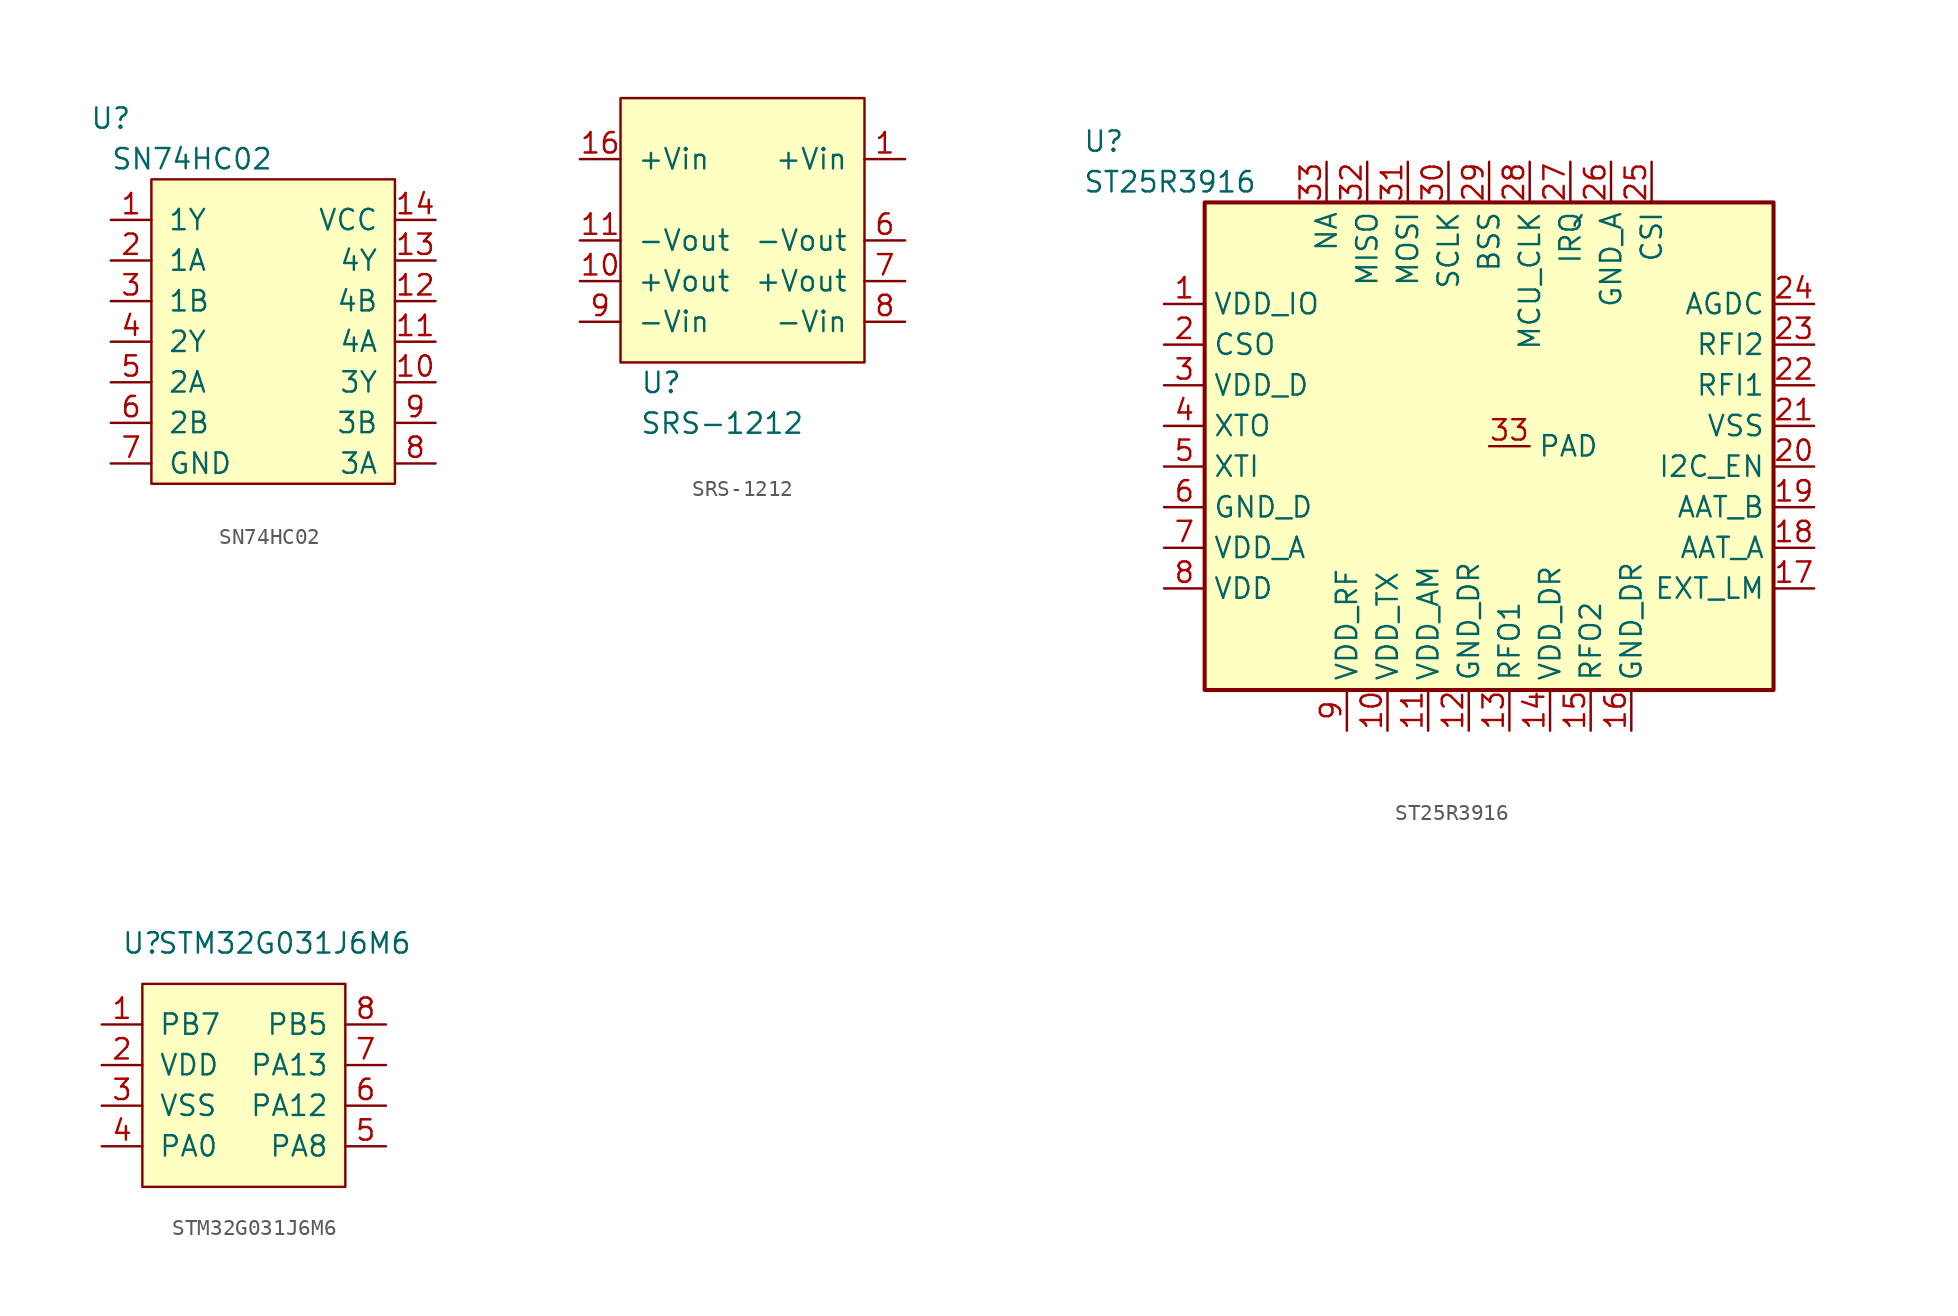
<source format=kicad_sym>
(kicad_symbol_lib
  (version 20201005)
  (generator kicad_symbol_editor)
  (symbol "mSchLibrary:SN74HC02"
    (pin_names
      (offset 1.016))
    (property "Reference" "U"
      (at -10.16 8.89 0)
      (effects (font (size 1.27 1.27))))
    (property "Value" "SN74HC02"
      (at -5.08 6.35 0)
      (effects (font (size 1.27 1.27))))
    (symbol "SN74HC02_0_0"
      (pin output line (at -10.16 2.54 0) (length 2.54) (name "1Y" (effects (font (size 1.27 1.27)))) (number "1" (effects (font (size 1.27 1.27)))))
      (pin output line (at 10.16 -7.62 180) (length 2.54) (name "3Y" (effects (font (size 1.27 1.27)))) (number "10" (effects (font (size 1.27 1.27)))))
      (pin input line (at 10.16 -5.08 180) (length 2.54) (name "4A" (effects (font (size 1.27 1.27)))) (number "11" (effects (font (size 1.27 1.27)))))
      (pin input line (at 10.16 -2.54 180) (length 2.54) (name "4B" (effects (font (size 1.27 1.27)))) (number "12" (effects (font (size 1.27 1.27)))))
      (pin output line (at 10.16 0 180) (length 2.54) (name "4Y" (effects (font (size 1.27 1.27)))) (number "13" (effects (font (size 1.27 1.27)))))
      (pin power_in line (at 10.16 2.54 180) (length 2.54) (name "VCC" (effects (font (size 1.27 1.27)))) (number "14" (effects (font (size 1.27 1.27)))))
      (pin input line (at -10.16 0 0) (length 2.54) (name "1A" (effects (font (size 1.27 1.27)))) (number "2" (effects (font (size 1.27 1.27)))))
      (pin input line (at -10.16 -2.54 0) (length 2.54) (name "1B" (effects (font (size 1.27 1.27)))) (number "3" (effects (font (size 1.27 1.27)))))
      (pin output line (at -10.16 -5.08 0) (length 2.54) (name "2Y" (effects (font (size 1.27 1.27)))) (number "4" (effects (font (size 1.27 1.27)))))
      (pin input line (at -10.16 -7.62 0) (length 2.54) (name "2A" (effects (font (size 1.27 1.27)))) (number "5" (effects (font (size 1.27 1.27)))))
      (pin input line (at -10.16 -10.16 0) (length 2.54) (name "2B" (effects (font (size 1.27 1.27)))) (number "6" (effects (font (size 1.27 1.27)))))
      (pin power_in line (at -10.16 -12.7 0) (length 2.54) (name "GND" (effects (font (size 1.27 1.27)))) (number "7" (effects (font (size 1.27 1.27)))))
      (pin input line (at 10.16 -12.7 180) (length 2.54) (name "3A" (effects (font (size 1.27 1.27)))) (number "8" (effects (font (size 1.27 1.27)))))
      (pin input line (at 10.16 -10.16 180) (length 2.54) (name "3B" (effects (font (size 1.27 1.27)))) (number "9" (effects (font (size 1.27 1.27))))))
    (symbol "SN74HC02_0_1"
      (rectangle (start -7.62 5.08) (end 7.62 -13.97) (stroke (width 0)) (fill (type background)))))
  (symbol "mSchLibrary:SRS-1212"
    (pin_names
      (offset 1.016))
    (property "Reference" "U"
      (at -5.08 -10.16 0)
      (effects (font (size 1.27 1.27))))
    (property "Value" "SRS-1212"
      (at -1.27 -12.7 0)
      (effects (font (size 1.27 1.27))))
    (symbol "SRS-1212_0_0"
      (pin power_in line (at 10.16 3.81 180) (length 2.54) (name "+Vin" (effects (font (size 1.27 1.27)))) (number "1" (effects (font (size 1.27 1.27)))))
      (pin power_out line (at -10.16 -3.81 0) (length 2.54) (name "+Vout" (effects (font (size 1.27 1.27)))) (number "10" (effects (font (size 1.27 1.27)))))
      (pin power_out line (at -10.16 -1.27 0) (length 2.54) (name "-Vout" (effects (font (size 1.27 1.27)))) (number "11" (effects (font (size 1.27 1.27)))))
      (pin power_in line (at -10.16 3.81 0) (length 2.54) (name "+Vin" (effects (font (size 1.27 1.27)))) (number "16" (effects (font (size 1.27 1.27)))))
      (pin power_out line (at 10.16 -1.27 180) (length 2.54) (name "-Vout" (effects (font (size 1.27 1.27)))) (number "6" (effects (font (size 1.27 1.27)))))
      (pin power_in line (at 10.16 -3.81 180) (length 2.54) (name "+Vout" (effects (font (size 1.27 1.27)))) (number "7" (effects (font (size 1.27 1.27)))))
      (pin power_in line (at 10.16 -6.35 180) (length 2.54) (name "-Vin" (effects (font (size 1.27 1.27)))) (number "8" (effects (font (size 1.27 1.27)))))
      (pin power_in line (at -10.16 -6.35 0) (length 2.54) (name "-Vin" (effects (font (size 1.27 1.27)))) (number "9" (effects (font (size 1.27 1.27))))))
    (symbol "SRS-1212_0_1"
      (rectangle (start -7.62 7.62) (end 7.62 -8.89) (stroke (width 0)) (fill (type background)))))
  (symbol "mSchLibrary:ST25R3916"
    (property "Reference" "U"
      (at -25.4 19.05 0)
      (effects (font (size 1.27 1.27)) (justify left)))
    (property "Value" "ST25R3916"
      (at -25.4 16.51 0)
      (effects (font (size 1.27 1.27)) (justify left)))
    (symbol "ST25R3916_0_0"
      (pin power_in line (at -6.35 -17.78 90) (length 2.54) (name "VDD_TX" (effects (font (size 1.27 1.27)))) (number "10" (effects (font (size 1.27 1.27)))))
      (pin power_out line (at -3.81 -17.78 90) (length 2.54) (name "VDD_AM" (effects (font (size 1.27 1.27)))) (number "11" (effects (font (size 1.27 1.27)))))
      (pin power_in line (at -1.27 -17.78 90) (length 2.54) (name "GND_DR" (effects (font (size 1.27 1.27)))) (number "12" (effects (font (size 1.27 1.27)))))
      (pin power_out line (at 1.27 -17.78 90) (length 2.54) (name "RFO1" (effects (font (size 1.27 1.27)))) (number "13" (effects (font (size 1.27 1.27)))))
      (pin power_in line (at 3.81 -17.78 90) (length 2.54) (name "VDD_DR" (effects (font (size 1.27 1.27)))) (number "14" (effects (font (size 1.27 1.27)))))
      (pin power_out line (at 6.35 -17.78 90) (length 2.54) (name "RFO2" (effects (font (size 1.27 1.27)))) (number "15" (effects (font (size 1.27 1.27)))))
      (pin power_in line (at 8.89 -17.78 90) (length 2.54) (name "GND_DR" (effects (font (size 1.27 1.27)))) (number "16" (effects (font (size 1.27 1.27)))))
      (pin power_out line (at 20.32 -8.89 180) (length 2.54) (name "EXT_LM" (effects (font (size 1.27 1.27)))) (number "17" (effects (font (size 1.27 1.27)))))
      (pin power_out line (at 20.32 -6.35 180) (length 2.54) (name "AAT_A" (effects (font (size 1.27 1.27)))) (number "18" (effects (font (size 1.27 1.27)))))
      (pin power_out line (at 20.32 -3.81 180) (length 2.54) (name "AAT_B" (effects (font (size 1.27 1.27)))) (number "19" (effects (font (size 1.27 1.27)))))
      (pin input line (at 20.32 -1.27 180) (length 2.54) (name "I2C_EN" (effects (font (size 1.27 1.27)))) (number "20" (effects (font (size 1.27 1.27)))))
      (pin power_in line (at 20.32 1.27 180) (length 2.54) (name "VSS" (effects (font (size 1.27 1.27)))) (number "21" (effects (font (size 1.27 1.27)))))
      (pin input line (at 20.32 3.81 180) (length 2.54) (name "RFI1" (effects (font (size 1.27 1.27)))) (number "22" (effects (font (size 1.27 1.27)))))
      (pin input line (at 20.32 6.35 180) (length 2.54) (name "RFI2" (effects (font (size 1.27 1.27)))) (number "23" (effects (font (size 1.27 1.27)))))
      (pin input line (at 20.32 8.89 180) (length 2.54) (name "AGDC" (effects (font (size 1.27 1.27)))) (number "24" (effects (font (size 1.27 1.27)))))
      (pin input line (at 10.16 17.78 270) (length 2.54) (name "CSI" (effects (font (size 1.27 1.27)))) (number "25" (effects (font (size 1.27 1.27)))))
      (pin power_in line (at 7.62 17.78 270) (length 2.54) (name "GND_A" (effects (font (size 1.27 1.27)))) (number "26" (effects (font (size 1.27 1.27)))))
      (pin output line (at 5.08 17.78 270) (length 2.54) (name "IRQ" (effects (font (size 1.27 1.27)))) (number "27" (effects (font (size 1.27 1.27)))))
      (pin output line (at 2.54 17.78 270) (length 2.54) (name "MCU_CLK" (effects (font (size 1.27 1.27)))) (number "28" (effects (font (size 1.27 1.27)))))
      (pin input line (at 0 17.78 270) (length 2.54) (name "BSS" (effects (font (size 1.27 1.27)))) (number "29" (effects (font (size 1.27 1.27)))))
      (pin input line (at -2.54 17.78 270) (length 2.54) (name "SCLK" (effects (font (size 1.27 1.27)))) (number "30" (effects (font (size 1.27 1.27)))))
      (pin input line (at -5.08 17.78 270) (length 2.54) (name "MOSI" (effects (font (size 1.27 1.27)))) (number "31" (effects (font (size 1.27 1.27)))))
      (pin output line (at -7.62 17.78 270) (length 2.54) (name "MISO" (effects (font (size 1.27 1.27)))) (number "32" (effects (font (size 1.27 1.27)))))
      (pin power_in line (at -10.16 17.78 270) (length 2.54) (name "NA" (effects (font (size 1.27 1.27)))) (number "33" (effects (font (size 1.27 1.27)))))
      (pin power_in line (at 0 0 0) (length 2.54) (name "PAD" (effects (font (size 1.27 1.27)))) (number "33" (effects (font (size 1.27 1.27)))))
      (pin power_in line (at -20.32 -3.81 0) (length 2.54) (name "GND_D" (effects (font (size 1.27 1.27)))) (number "6" (effects (font (size 1.27 1.27)))))
      (pin power_out line (at -20.32 -6.35 0) (length 2.54) (name "VDD_A" (effects (font (size 1.27 1.27)))) (number "7" (effects (font (size 1.27 1.27)))))
      (pin power_in line (at -20.32 -8.89 0) (length 2.54) (name "VDD" (effects (font (size 1.27 1.27)))) (number "8" (effects (font (size 1.27 1.27)))))
      (pin power_out line (at -8.89 -17.78 90) (length 2.54) (name "VDD_RF" (effects (font (size 1.27 1.27)))) (number "9" (effects (font (size 1.27 1.27))))))
    (symbol "ST25R3916_0_1"
      (rectangle (start -17.78 15.24) (end 17.78 -15.24) (stroke (width 0.254)) (fill (type background))))
    (symbol "ST25R3916_1_1"
      (pin power_in line (at -20.32 8.89 0) (length 2.54) (name "VDD_IO" (effects (font (size 1.27 1.27)))) (number "1" (effects (font (size 1.27 1.27)))))
      (pin output line (at -20.32 6.35 0) (length 2.54) (name "CSO" (effects (font (size 1.27 1.27)))) (number "2" (effects (font (size 1.27 1.27)))))
      (pin output line (at -20.32 3.81 0) (length 2.54) (name "VDD_D" (effects (font (size 1.27 1.27)))) (number "3" (effects (font (size 1.27 1.27)))))
      (pin output line (at -20.32 1.27 0) (length 2.54) (name "XTO" (effects (font (size 1.27 1.27)))) (number "4" (effects (font (size 1.27 1.27)))))
      (pin input line (at -20.32 -1.27 0) (length 2.54) (name "XTI" (effects (font (size 1.27 1.27)))) (number "5" (effects (font (size 1.27 1.27)))))))
  (symbol "mSchLibrary:STM32G031J6M6"
    (pin_names
      (offset 1.016))
    (property "Reference" "U"
      (at -6.35 8.89 0)
      (effects (font (size 1.27 1.27))))
    (property "Value" "STM32G031J6M6"
      (at 2.54 8.89 0)
      (effects (font (size 1.27 1.27))))
    (symbol "STM32G031J6M6_0_0"
      (pin unspecified line (at -8.89 3.81 0) (length 2.54) (name "PB7" (effects (font (size 1.27 1.27)))) (number "1" (effects (font (size 1.27 1.27)))))
      (pin power_in line (at -8.89 1.27 0) (length 2.54) (name "VDD" (effects (font (size 1.27 1.27)))) (number "2" (effects (font (size 1.27 1.27)))))
      (pin power_in line (at -8.89 -1.27 0) (length 2.54) (name "VSS" (effects (font (size 1.27 1.27)))) (number "3" (effects (font (size 1.27 1.27)))))
      (pin unspecified line (at -8.89 -3.81 0) (length 2.54) (name "PA0" (effects (font (size 1.27 1.27)))) (number "4" (effects (font (size 1.27 1.27)))))
      (pin unspecified line (at 8.89 -3.81 180) (length 2.54) (name "PA8" (effects (font (size 1.27 1.27)))) (number "5" (effects (font (size 1.27 1.27)))))
      (pin unspecified line (at 8.89 -1.27 180) (length 2.54) (name "PA12" (effects (font (size 1.27 1.27)))) (number "6" (effects (font (size 1.27 1.27)))))
      (pin unspecified line (at 8.89 1.27 180) (length 2.54) (name "PA13" (effects (font (size 1.27 1.27)))) (number "7" (effects (font (size 1.27 1.27)))))
      (pin unspecified line (at 8.89 3.81 180) (length 2.54) (name "PB5" (effects (font (size 1.27 1.27)))) (number "8" (effects (font (size 1.27 1.27))))))
    (symbol "STM32G031J6M6_0_1"
      (rectangle (start -6.35 6.35) (end 6.35 -6.35) (stroke (width 0)) (fill (type background))))))
</source>
